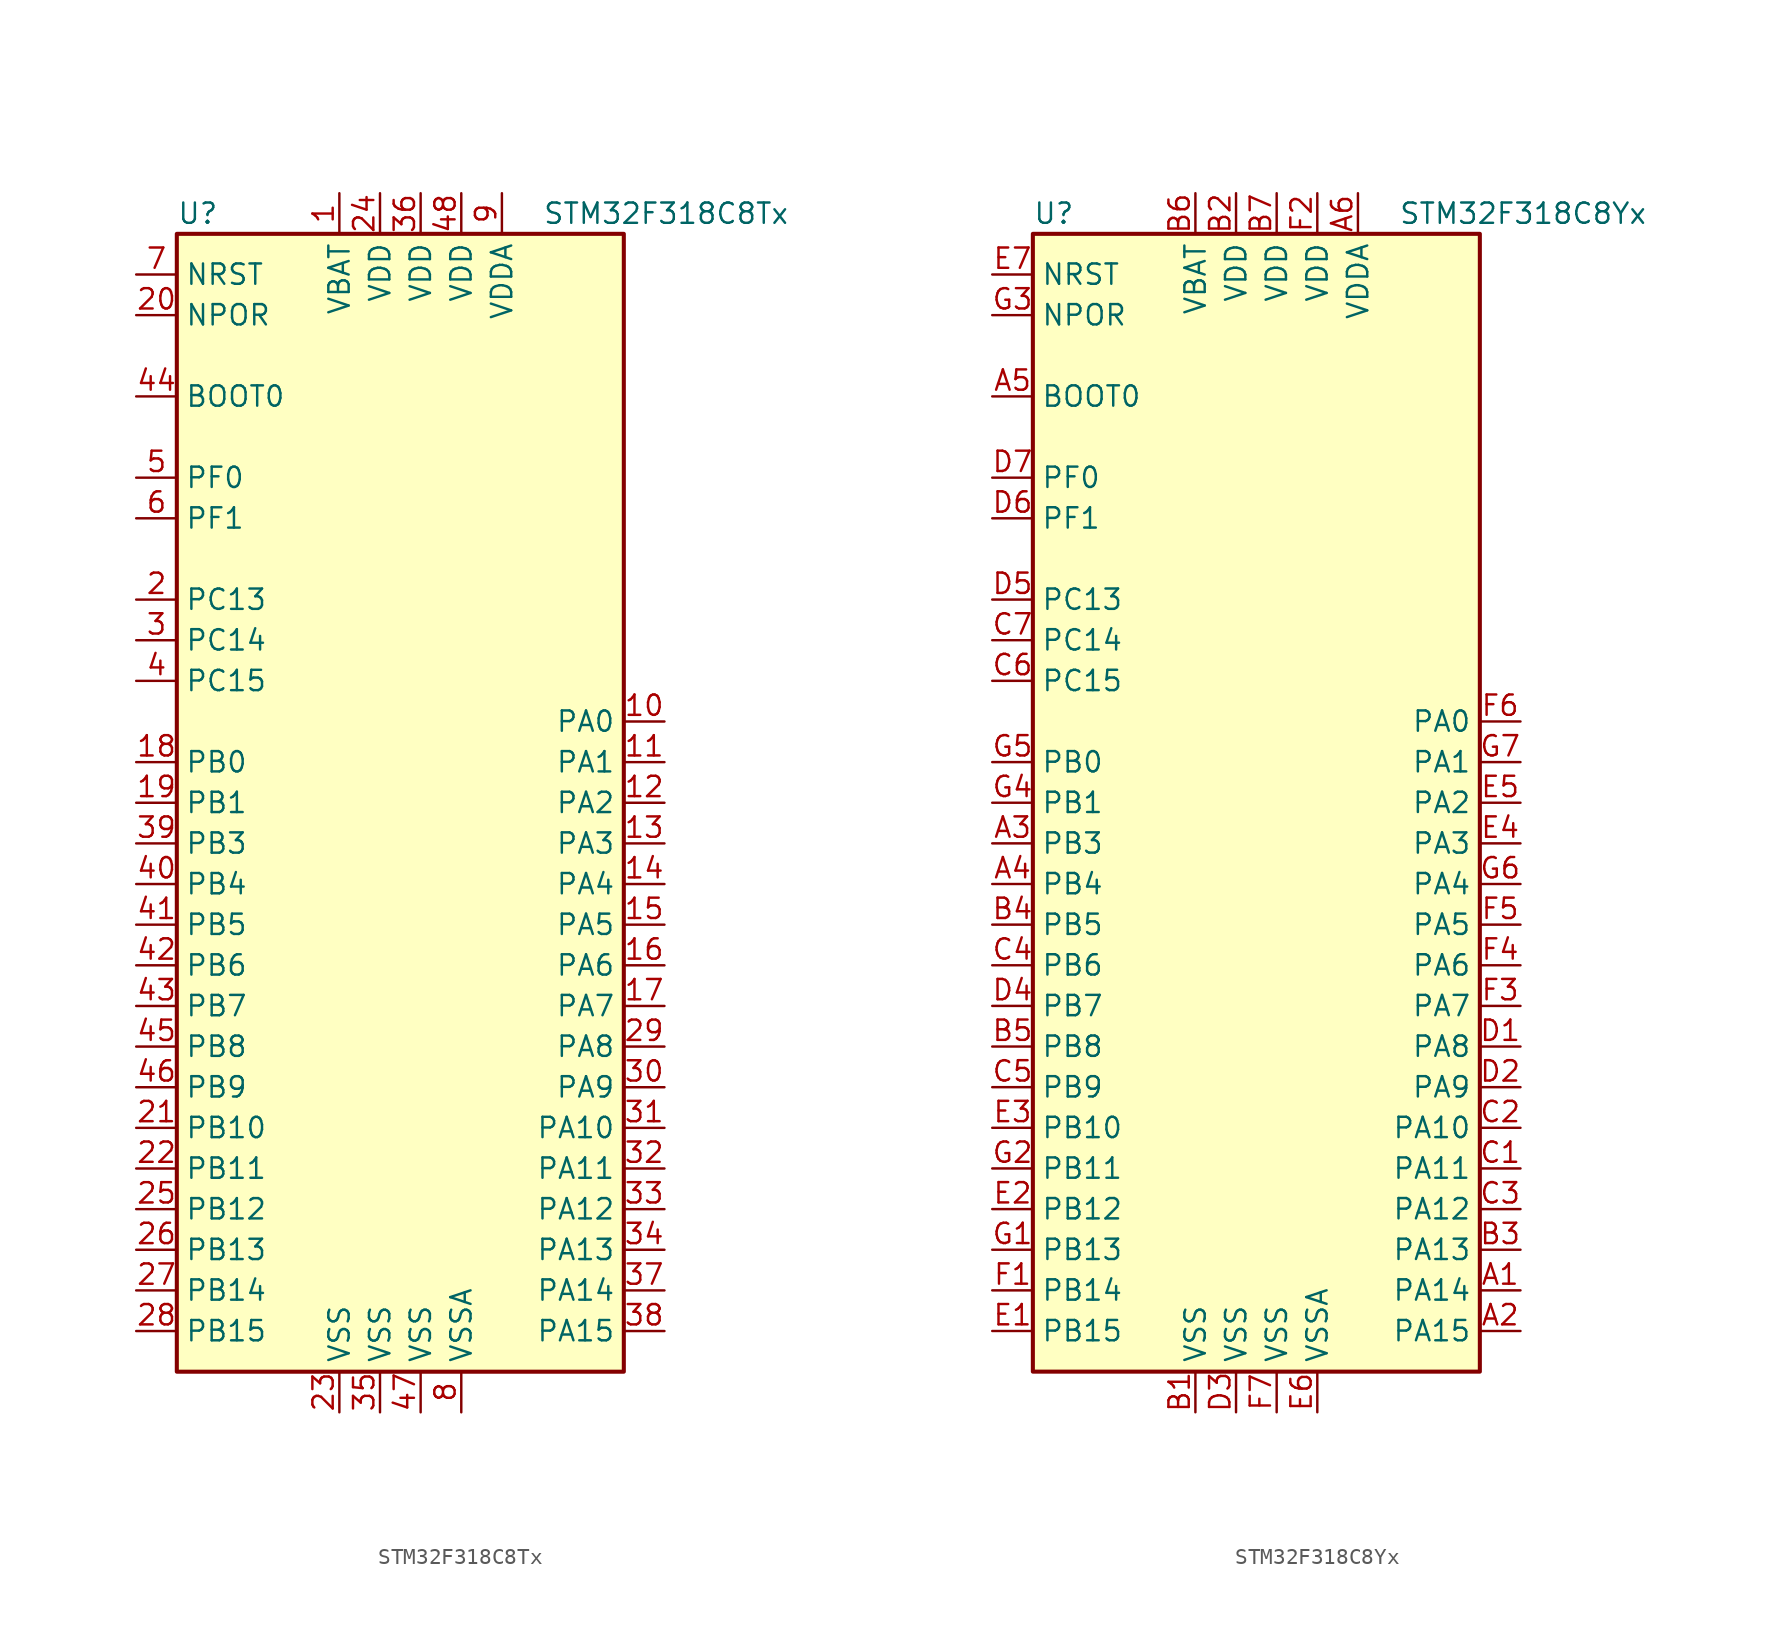
<source format=kicad_sym>
(kicad_symbol_lib
  (version 20211014)
  (generator kicad_symbol_editor)
  (symbol "STM32F318C8Tx"
    (property "Reference" "U"
      (at -15.24 36.83 0)
      (effects (font (size 1.27 1.27)) (justify left)))
    (property "Value" "STM32F318C8Tx"
      (at 7.62 36.83 0)
      (effects (font (size 1.27 1.27)) (justify left)))
    (symbol "STM32F318C8Tx_0_1"
      (rectangle (start -15.24 -35.56) (end 12.7 35.56) (stroke (width 0.254) (type default) (color 0 0 0 0)) (fill (type background))))
    (symbol "STM32F318C8Tx_1_1"
      (pin power_in line (at -5.08 38.1 270) (length 2.54) (name "VBAT" (effects (font (size 1.27 1.27)))) (number "1" (effects (font (size 1.27 1.27)))))
      (pin bidirectional line (at 15.24 5.08 180) (length 2.54) (name "PA0" (effects (font (size 1.27 1.27)))) (number "10" (effects (font (size 1.27 1.27)))))
      (pin bidirectional line (at 15.24 2.54 180) (length 2.54) (name "PA1" (effects (font (size 1.27 1.27)))) (number "11" (effects (font (size 1.27 1.27)))))
      (pin bidirectional line (at 15.24 0 180) (length 2.54) (name "PA2" (effects (font (size 1.27 1.27)))) (number "12" (effects (font (size 1.27 1.27)))))
      (pin bidirectional line (at 15.24 -2.54 180) (length 2.54) (name "PA3" (effects (font (size 1.27 1.27)))) (number "13" (effects (font (size 1.27 1.27)))))
      (pin bidirectional line (at 15.24 -5.08 180) (length 2.54) (name "PA4" (effects (font (size 1.27 1.27)))) (number "14" (effects (font (size 1.27 1.27)))))
      (pin bidirectional line (at 15.24 -7.62 180) (length 2.54) (name "PA5" (effects (font (size 1.27 1.27)))) (number "15" (effects (font (size 1.27 1.27)))))
      (pin bidirectional line (at 15.24 -10.16 180) (length 2.54) (name "PA6" (effects (font (size 1.27 1.27)))) (number "16" (effects (font (size 1.27 1.27)))))
      (pin bidirectional line (at 15.24 -12.7 180) (length 2.54) (name "PA7" (effects (font (size 1.27 1.27)))) (number "17" (effects (font (size 1.27 1.27)))))
      (pin bidirectional line (at -17.78 2.54 0) (length 2.54) (name "PB0" (effects (font (size 1.27 1.27)))) (number "18" (effects (font (size 1.27 1.27)))))
      (pin bidirectional line (at -17.78 0 0) (length 2.54) (name "PB1" (effects (font (size 1.27 1.27)))) (number "19" (effects (font (size 1.27 1.27)))))
      (pin bidirectional line (at -17.78 12.7 0) (length 2.54) (name "PC13" (effects (font (size 1.27 1.27)))) (number "2" (effects (font (size 1.27 1.27)))))
      (pin input line (at -17.78 30.48 0) (length 2.54) (name "NPOR" (effects (font (size 1.27 1.27)))) (number "20" (effects (font (size 1.27 1.27)))))
      (pin bidirectional line (at -17.78 -20.32 0) (length 2.54) (name "PB10" (effects (font (size 1.27 1.27)))) (number "21" (effects (font (size 1.27 1.27)))))
      (pin bidirectional line (at -17.78 -22.86 0) (length 2.54) (name "PB11" (effects (font (size 1.27 1.27)))) (number "22" (effects (font (size 1.27 1.27)))))
      (pin power_in line (at -5.08 -38.1 90) (length 2.54) (name "VSS" (effects (font (size 1.27 1.27)))) (number "23" (effects (font (size 1.27 1.27)))))
      (pin power_in line (at -2.54 38.1 270) (length 2.54) (name "VDD" (effects (font (size 1.27 1.27)))) (number "24" (effects (font (size 1.27 1.27)))))
      (pin bidirectional line (at -17.78 -25.4 0) (length 2.54) (name "PB12" (effects (font (size 1.27 1.27)))) (number "25" (effects (font (size 1.27 1.27)))))
      (pin bidirectional line (at -17.78 -27.94 0) (length 2.54) (name "PB13" (effects (font (size 1.27 1.27)))) (number "26" (effects (font (size 1.27 1.27)))))
      (pin bidirectional line (at -17.78 -30.48 0) (length 2.54) (name "PB14" (effects (font (size 1.27 1.27)))) (number "27" (effects (font (size 1.27 1.27)))))
      (pin bidirectional line (at -17.78 -33.02 0) (length 2.54) (name "PB15" (effects (font (size 1.27 1.27)))) (number "28" (effects (font (size 1.27 1.27)))))
      (pin bidirectional line (at 15.24 -15.24 180) (length 2.54) (name "PA8" (effects (font (size 1.27 1.27)))) (number "29" (effects (font (size 1.27 1.27)))))
      (pin bidirectional line (at -17.78 10.16 0) (length 2.54) (name "PC14" (effects (font (size 1.27 1.27)))) (number "3" (effects (font (size 1.27 1.27)))))
      (pin bidirectional line (at 15.24 -17.78 180) (length 2.54) (name "PA9" (effects (font (size 1.27 1.27)))) (number "30" (effects (font (size 1.27 1.27)))))
      (pin bidirectional line (at 15.24 -20.32 180) (length 2.54) (name "PA10" (effects (font (size 1.27 1.27)))) (number "31" (effects (font (size 1.27 1.27)))))
      (pin bidirectional line (at 15.24 -22.86 180) (length 2.54) (name "PA11" (effects (font (size 1.27 1.27)))) (number "32" (effects (font (size 1.27 1.27)))))
      (pin bidirectional line (at 15.24 -25.4 180) (length 2.54) (name "PA12" (effects (font (size 1.27 1.27)))) (number "33" (effects (font (size 1.27 1.27)))))
      (pin bidirectional line (at 15.24 -27.94 180) (length 2.54) (name "PA13" (effects (font (size 1.27 1.27)))) (number "34" (effects (font (size 1.27 1.27)))))
      (pin power_in line (at -2.54 -38.1 90) (length 2.54) (name "VSS" (effects (font (size 1.27 1.27)))) (number "35" (effects (font (size 1.27 1.27)))))
      (pin power_in line (at 0 38.1 270) (length 2.54) (name "VDD" (effects (font (size 1.27 1.27)))) (number "36" (effects (font (size 1.27 1.27)))))
      (pin bidirectional line (at 15.24 -30.48 180) (length 2.54) (name "PA14" (effects (font (size 1.27 1.27)))) (number "37" (effects (font (size 1.27 1.27)))))
      (pin bidirectional line (at 15.24 -33.02 180) (length 2.54) (name "PA15" (effects (font (size 1.27 1.27)))) (number "38" (effects (font (size 1.27 1.27)))))
      (pin bidirectional line (at -17.78 -2.54 0) (length 2.54) (name "PB3" (effects (font (size 1.27 1.27)))) (number "39" (effects (font (size 1.27 1.27)))))
      (pin bidirectional line (at -17.78 7.62 0) (length 2.54) (name "PC15" (effects (font (size 1.27 1.27)))) (number "4" (effects (font (size 1.27 1.27)))))
      (pin bidirectional line (at -17.78 -5.08 0) (length 2.54) (name "PB4" (effects (font (size 1.27 1.27)))) (number "40" (effects (font (size 1.27 1.27)))))
      (pin bidirectional line (at -17.78 -7.62 0) (length 2.54) (name "PB5" (effects (font (size 1.27 1.27)))) (number "41" (effects (font (size 1.27 1.27)))))
      (pin bidirectional line (at -17.78 -10.16 0) (length 2.54) (name "PB6" (effects (font (size 1.27 1.27)))) (number "42" (effects (font (size 1.27 1.27)))))
      (pin bidirectional line (at -17.78 -12.7 0) (length 2.54) (name "PB7" (effects (font (size 1.27 1.27)))) (number "43" (effects (font (size 1.27 1.27)))))
      (pin input line (at -17.78 25.4 0) (length 2.54) (name "BOOT0" (effects (font (size 1.27 1.27)))) (number "44" (effects (font (size 1.27 1.27)))))
      (pin bidirectional line (at -17.78 -15.24 0) (length 2.54) (name "PB8" (effects (font (size 1.27 1.27)))) (number "45" (effects (font (size 1.27 1.27)))))
      (pin bidirectional line (at -17.78 -17.78 0) (length 2.54) (name "PB9" (effects (font (size 1.27 1.27)))) (number "46" (effects (font (size 1.27 1.27)))))
      (pin power_in line (at 0 -38.1 90) (length 2.54) (name "VSS" (effects (font (size 1.27 1.27)))) (number "47" (effects (font (size 1.27 1.27)))))
      (pin power_in line (at 2.54 38.1 270) (length 2.54) (name "VDD" (effects (font (size 1.27 1.27)))) (number "48" (effects (font (size 1.27 1.27)))))
      (pin input line (at -17.78 20.32 0) (length 2.54) (name "PF0" (effects (font (size 1.27 1.27)))) (number "5" (effects (font (size 1.27 1.27)))))
      (pin input line (at -17.78 17.78 0) (length 2.54) (name "PF1" (effects (font (size 1.27 1.27)))) (number "6" (effects (font (size 1.27 1.27)))))
      (pin input line (at -17.78 33.02 0) (length 2.54) (name "NRST" (effects (font (size 1.27 1.27)))) (number "7" (effects (font (size 1.27 1.27)))))
      (pin power_in line (at 2.54 -38.1 90) (length 2.54) (name "VSSA" (effects (font (size 1.27 1.27)))) (number "8" (effects (font (size 1.27 1.27)))))
      (pin power_in line (at 5.08 38.1 270) (length 2.54) (name "VDDA" (effects (font (size 1.27 1.27)))) (number "9" (effects (font (size 1.27 1.27)))))))
  (symbol "STM32F318C8Yx"
    (property "Reference" "U"
      (at -15.24 36.83 0)
      (effects (font (size 1.27 1.27)) (justify left)))
    (property "Value" "STM32F318C8Yx"
      (at 7.62 36.83 0)
      (effects (font (size 1.27 1.27)) (justify left)))
    (symbol "STM32F318C8Yx_0_1"
      (rectangle (start -15.24 -35.56) (end 12.7 35.56) (stroke (width 0.254) (type default) (color 0 0 0 0)) (fill (type background))))
    (symbol "STM32F318C8Yx_1_1"
      (pin bidirectional line (at 15.24 -30.48 180) (length 2.54) (name "PA14" (effects (font (size 1.27 1.27)))) (number "A1" (effects (font (size 1.27 1.27)))))
      (pin bidirectional line (at 15.24 -33.02 180) (length 2.54) (name "PA15" (effects (font (size 1.27 1.27)))) (number "A2" (effects (font (size 1.27 1.27)))))
      (pin bidirectional line (at -17.78 -2.54 0) (length 2.54) (name "PB3" (effects (font (size 1.27 1.27)))) (number "A3" (effects (font (size 1.27 1.27)))))
      (pin bidirectional line (at -17.78 -5.08 0) (length 2.54) (name "PB4" (effects (font (size 1.27 1.27)))) (number "A4" (effects (font (size 1.27 1.27)))))
      (pin input line (at -17.78 25.4 0) (length 2.54) (name "BOOT0" (effects (font (size 1.27 1.27)))) (number "A5" (effects (font (size 1.27 1.27)))))
      (pin power_in line (at 5.08 38.1 270) (length 2.54) (name "VDDA" (effects (font (size 1.27 1.27)))) (number "A6" (effects (font (size 1.27 1.27)))))
      (pin no_connect line (at -15.24 -33.02 0) (length 2.54) hide (name "NC" (effects (font (size 1.27 1.27)))) (number "A7" (effects (font (size 1.27 1.27)))))
      (pin power_in line (at -5.08 -38.1 90) (length 2.54) (name "VSS" (effects (font (size 1.27 1.27)))) (number "B1" (effects (font (size 1.27 1.27)))))
      (pin power_in line (at -2.54 38.1 270) (length 2.54) (name "VDD" (effects (font (size 1.27 1.27)))) (number "B2" (effects (font (size 1.27 1.27)))))
      (pin bidirectional line (at 15.24 -27.94 180) (length 2.54) (name "PA13" (effects (font (size 1.27 1.27)))) (number "B3" (effects (font (size 1.27 1.27)))))
      (pin bidirectional line (at -17.78 -7.62 0) (length 2.54) (name "PB5" (effects (font (size 1.27 1.27)))) (number "B4" (effects (font (size 1.27 1.27)))))
      (pin bidirectional line (at -17.78 -15.24 0) (length 2.54) (name "PB8" (effects (font (size 1.27 1.27)))) (number "B5" (effects (font (size 1.27 1.27)))))
      (pin power_in line (at -5.08 38.1 270) (length 2.54) (name "VBAT" (effects (font (size 1.27 1.27)))) (number "B6" (effects (font (size 1.27 1.27)))))
      (pin power_in line (at 0 38.1 270) (length 2.54) (name "VDD" (effects (font (size 1.27 1.27)))) (number "B7" (effects (font (size 1.27 1.27)))))
      (pin bidirectional line (at 15.24 -22.86 180) (length 2.54) (name "PA11" (effects (font (size 1.27 1.27)))) (number "C1" (effects (font (size 1.27 1.27)))))
      (pin bidirectional line (at 15.24 -20.32 180) (length 2.54) (name "PA10" (effects (font (size 1.27 1.27)))) (number "C2" (effects (font (size 1.27 1.27)))))
      (pin bidirectional line (at 15.24 -25.4 180) (length 2.54) (name "PA12" (effects (font (size 1.27 1.27)))) (number "C3" (effects (font (size 1.27 1.27)))))
      (pin bidirectional line (at -17.78 -10.16 0) (length 2.54) (name "PB6" (effects (font (size 1.27 1.27)))) (number "C4" (effects (font (size 1.27 1.27)))))
      (pin bidirectional line (at -17.78 -17.78 0) (length 2.54) (name "PB9" (effects (font (size 1.27 1.27)))) (number "C5" (effects (font (size 1.27 1.27)))))
      (pin bidirectional line (at -17.78 7.62 0) (length 2.54) (name "PC15" (effects (font (size 1.27 1.27)))) (number "C6" (effects (font (size 1.27 1.27)))))
      (pin bidirectional line (at -17.78 10.16 0) (length 2.54) (name "PC14" (effects (font (size 1.27 1.27)))) (number "C7" (effects (font (size 1.27 1.27)))))
      (pin bidirectional line (at 15.24 -15.24 180) (length 2.54) (name "PA8" (effects (font (size 1.27 1.27)))) (number "D1" (effects (font (size 1.27 1.27)))))
      (pin bidirectional line (at 15.24 -17.78 180) (length 2.54) (name "PA9" (effects (font (size 1.27 1.27)))) (number "D2" (effects (font (size 1.27 1.27)))))
      (pin power_in line (at -2.54 -38.1 90) (length 2.54) (name "VSS" (effects (font (size 1.27 1.27)))) (number "D3" (effects (font (size 1.27 1.27)))))
      (pin bidirectional line (at -17.78 -12.7 0) (length 2.54) (name "PB7" (effects (font (size 1.27 1.27)))) (number "D4" (effects (font (size 1.27 1.27)))))
      (pin bidirectional line (at -17.78 12.7 0) (length 2.54) (name "PC13" (effects (font (size 1.27 1.27)))) (number "D5" (effects (font (size 1.27 1.27)))))
      (pin input line (at -17.78 17.78 0) (length 2.54) (name "PF1" (effects (font (size 1.27 1.27)))) (number "D6" (effects (font (size 1.27 1.27)))))
      (pin input line (at -17.78 20.32 0) (length 2.54) (name "PF0" (effects (font (size 1.27 1.27)))) (number "D7" (effects (font (size 1.27 1.27)))))
      (pin bidirectional line (at -17.78 -33.02 0) (length 2.54) (name "PB15" (effects (font (size 1.27 1.27)))) (number "E1" (effects (font (size 1.27 1.27)))))
      (pin bidirectional line (at -17.78 -25.4 0) (length 2.54) (name "PB12" (effects (font (size 1.27 1.27)))) (number "E2" (effects (font (size 1.27 1.27)))))
      (pin bidirectional line (at -17.78 -20.32 0) (length 2.54) (name "PB10" (effects (font (size 1.27 1.27)))) (number "E3" (effects (font (size 1.27 1.27)))))
      (pin bidirectional line (at 15.24 -2.54 180) (length 2.54) (name "PA3" (effects (font (size 1.27 1.27)))) (number "E4" (effects (font (size 1.27 1.27)))))
      (pin bidirectional line (at 15.24 0 180) (length 2.54) (name "PA2" (effects (font (size 1.27 1.27)))) (number "E5" (effects (font (size 1.27 1.27)))))
      (pin power_in line (at 2.54 -38.1 90) (length 2.54) (name "VSSA" (effects (font (size 1.27 1.27)))) (number "E6" (effects (font (size 1.27 1.27)))))
      (pin input line (at -17.78 33.02 0) (length 2.54) (name "NRST" (effects (font (size 1.27 1.27)))) (number "E7" (effects (font (size 1.27 1.27)))))
      (pin bidirectional line (at -17.78 -30.48 0) (length 2.54) (name "PB14" (effects (font (size 1.27 1.27)))) (number "F1" (effects (font (size 1.27 1.27)))))
      (pin power_in line (at 2.54 38.1 270) (length 2.54) (name "VDD" (effects (font (size 1.27 1.27)))) (number "F2" (effects (font (size 1.27 1.27)))))
      (pin bidirectional line (at 15.24 -12.7 180) (length 2.54) (name "PA7" (effects (font (size 1.27 1.27)))) (number "F3" (effects (font (size 1.27 1.27)))))
      (pin bidirectional line (at 15.24 -10.16 180) (length 2.54) (name "PA6" (effects (font (size 1.27 1.27)))) (number "F4" (effects (font (size 1.27 1.27)))))
      (pin bidirectional line (at 15.24 -7.62 180) (length 2.54) (name "PA5" (effects (font (size 1.27 1.27)))) (number "F5" (effects (font (size 1.27 1.27)))))
      (pin bidirectional line (at 15.24 5.08 180) (length 2.54) (name "PA0" (effects (font (size 1.27 1.27)))) (number "F6" (effects (font (size 1.27 1.27)))))
      (pin power_in line (at 0 -38.1 90) (length 2.54) (name "VSS" (effects (font (size 1.27 1.27)))) (number "F7" (effects (font (size 1.27 1.27)))))
      (pin bidirectional line (at -17.78 -27.94 0) (length 2.54) (name "PB13" (effects (font (size 1.27 1.27)))) (number "G1" (effects (font (size 1.27 1.27)))))
      (pin bidirectional line (at -17.78 -22.86 0) (length 2.54) (name "PB11" (effects (font (size 1.27 1.27)))) (number "G2" (effects (font (size 1.27 1.27)))))
      (pin input line (at -17.78 30.48 0) (length 2.54) (name "NPOR" (effects (font (size 1.27 1.27)))) (number "G3" (effects (font (size 1.27 1.27)))))
      (pin bidirectional line (at -17.78 0 0) (length 2.54) (name "PB1" (effects (font (size 1.27 1.27)))) (number "G4" (effects (font (size 1.27 1.27)))))
      (pin bidirectional line (at -17.78 2.54 0) (length 2.54) (name "PB0" (effects (font (size 1.27 1.27)))) (number "G5" (effects (font (size 1.27 1.27)))))
      (pin bidirectional line (at 15.24 -5.08 180) (length 2.54) (name "PA4" (effects (font (size 1.27 1.27)))) (number "G6" (effects (font (size 1.27 1.27)))))
      (pin bidirectional line (at 15.24 2.54 180) (length 2.54) (name "PA1" (effects (font (size 1.27 1.27)))) (number "G7" (effects (font (size 1.27 1.27))))))))
</source>
